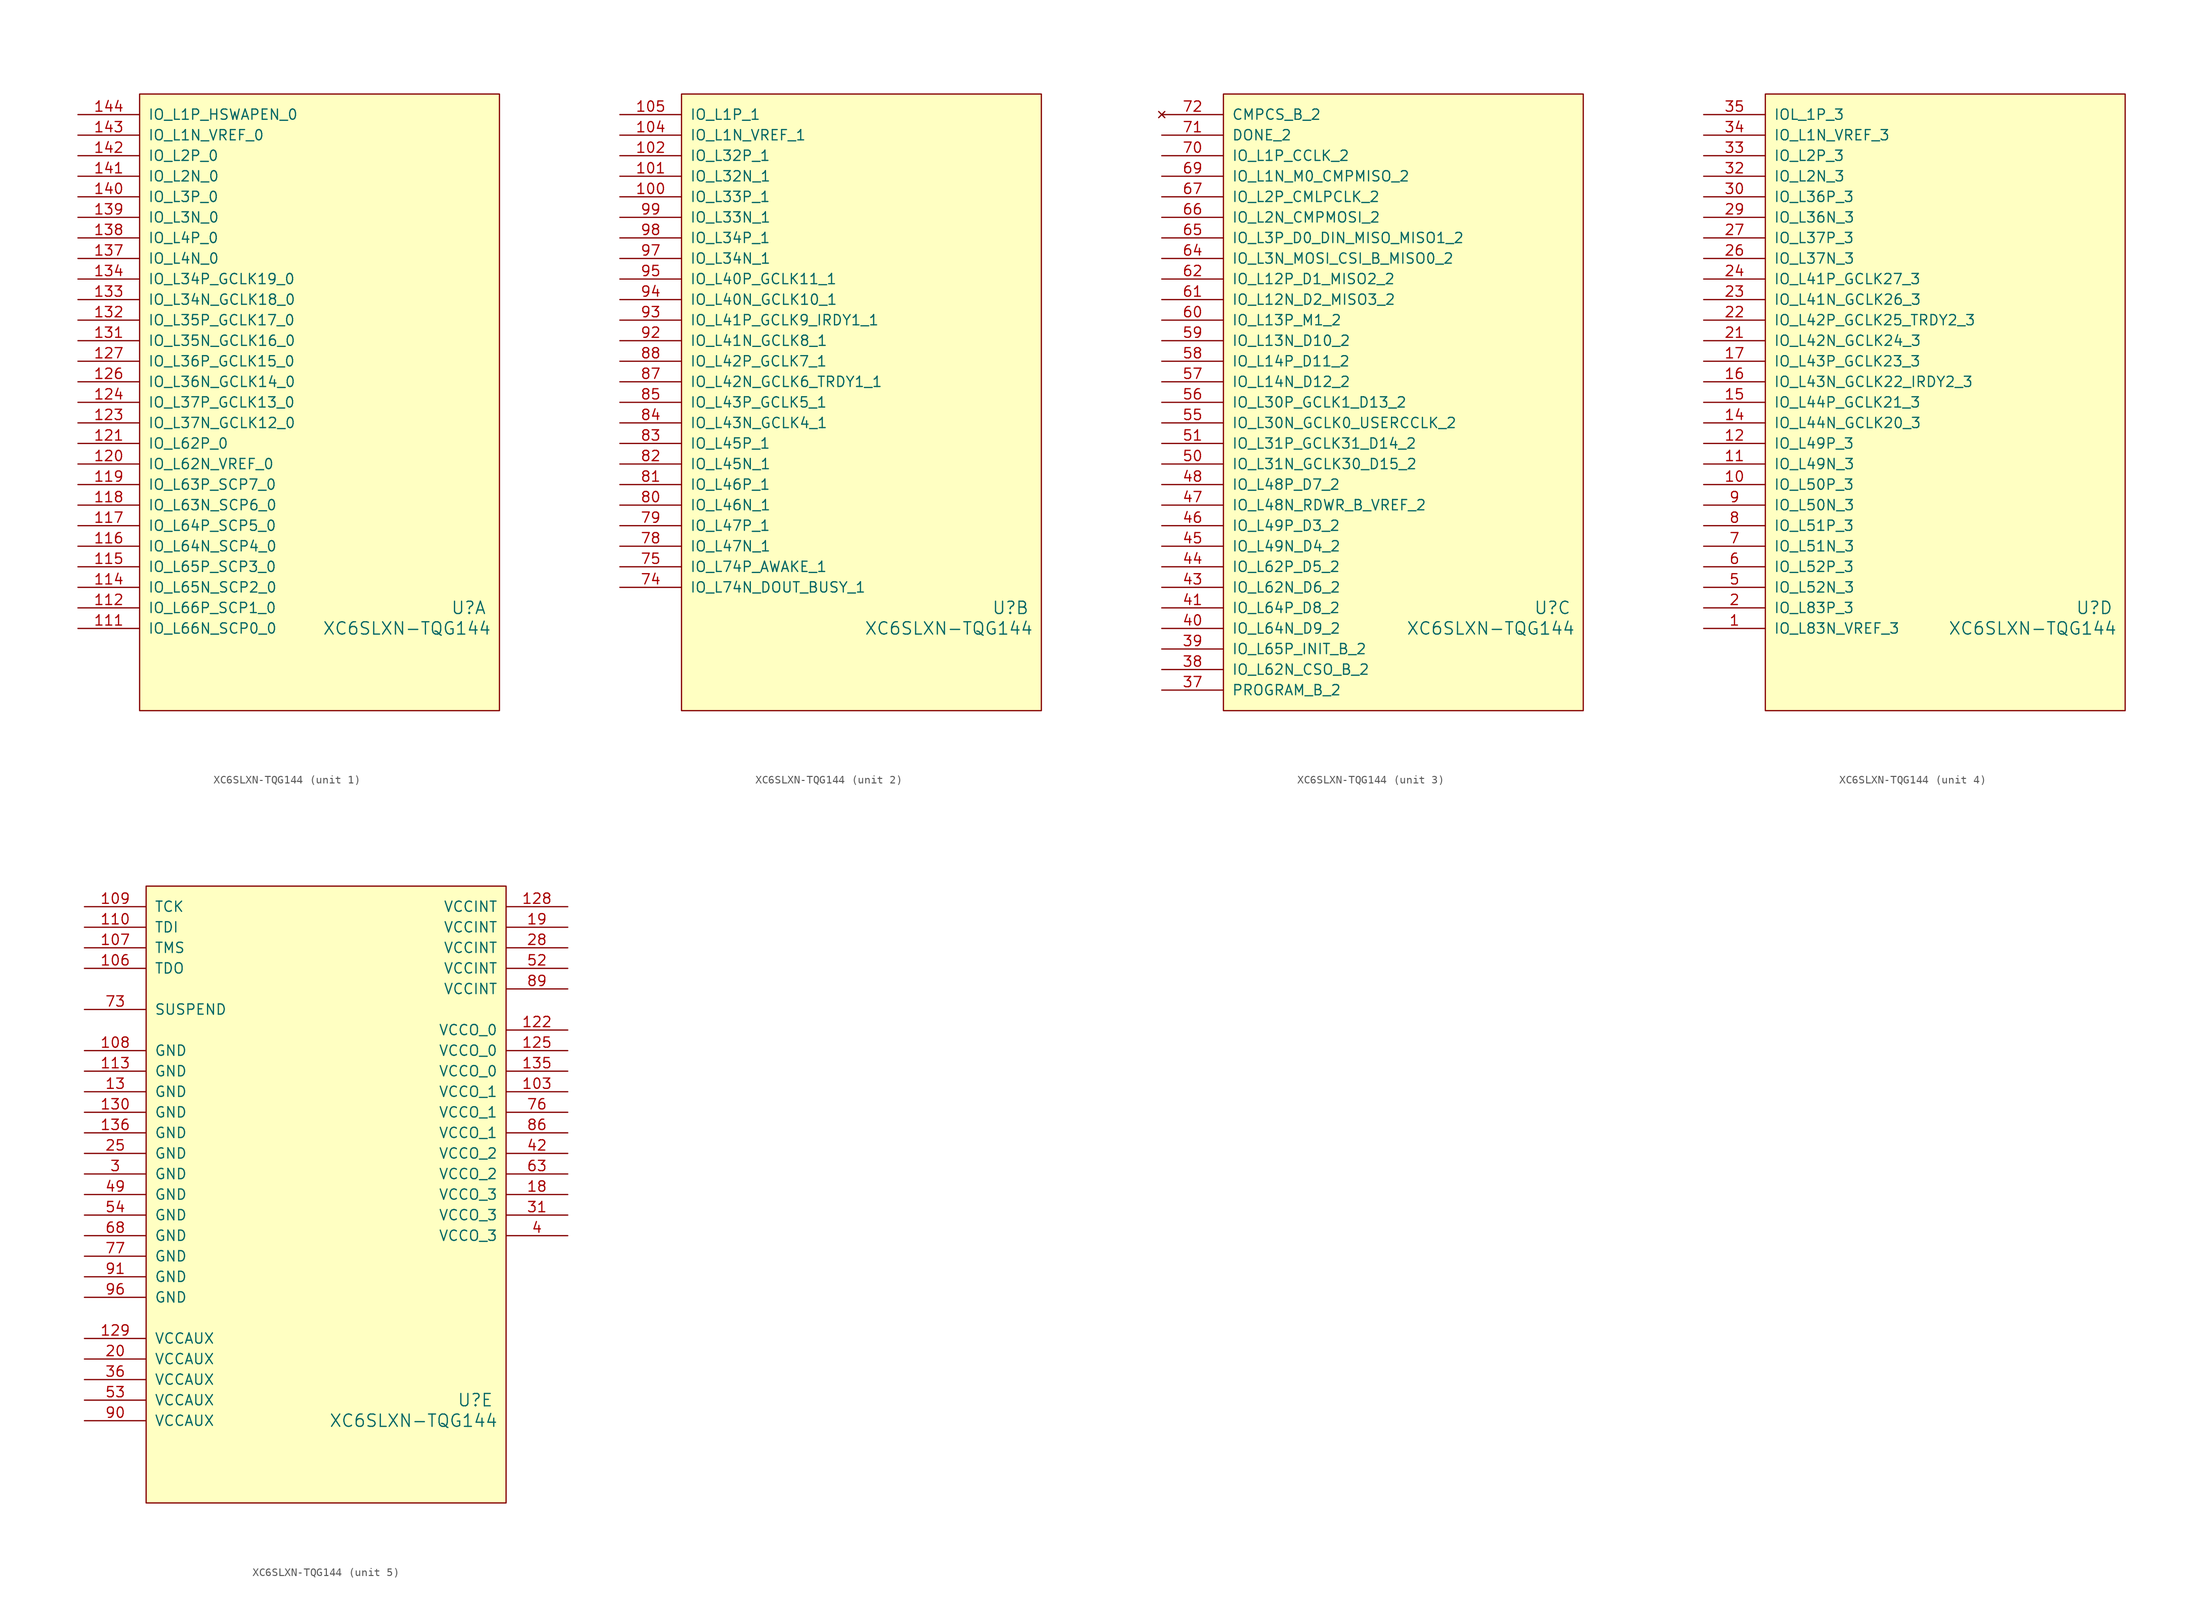
<source format=kicad_sym>
(kicad_symbol_lib
  (version 20211014)
  (generator kicad_symbol_editor)
  (symbol "XC6SLXN-TQG144"
    (pin_names
      (offset 1.016))
    (property "Reference" "U"
      (at 40.64 -22.86 0)
      (effects (font (size 1.524 1.524))))
    (property "Value" "XC6SLXN-TQG144"
      (at 33.02 -25.4 0)
      (effects (font (size 1.524 1.524))))
    (property "Footprint" ""
      (at 0 0 0)
      (effects (font (size 1.524 1.524))))
    (property "Datasheet" ""
      (at 0 0 0)
      (effects (font (size 1.524 1.524))))
    (property "ki_locked" ""
      (at 0 0 0)
      (effects (font (size 1.27 1.27))))
    (symbol "XC6SLXN-TQG144_0_1"
      (rectangle (start 0 40.64) (end 44.45 -35.56) (stroke (width 0) (type default) (color 0 0 0 0)) (fill (type background))))
    (symbol "XC6SLXN-TQG144_1_1"
      (pin bidirectional line (at -7.62 -25.4 0) (length 7.62) (name "IO_L66N_SCP0_0" (effects (font (size 1.27 1.27)))) (number "111" (effects (font (size 1.27 1.27)))))
      (pin bidirectional line (at -7.62 -22.86 0) (length 7.62) (name "IO_L66P_SCP1_0" (effects (font (size 1.27 1.27)))) (number "112" (effects (font (size 1.27 1.27)))))
      (pin bidirectional line (at -7.62 -20.32 0) (length 7.62) (name "IO_L65N_SCP2_0" (effects (font (size 1.27 1.27)))) (number "114" (effects (font (size 1.27 1.27)))))
      (pin bidirectional line (at -7.62 -17.78 0) (length 7.62) (name "IO_L65P_SCP3_0" (effects (font (size 1.27 1.27)))) (number "115" (effects (font (size 1.27 1.27)))))
      (pin bidirectional line (at -7.62 -15.24 0) (length 7.62) (name "IO_L64N_SCP4_0" (effects (font (size 1.27 1.27)))) (number "116" (effects (font (size 1.27 1.27)))))
      (pin bidirectional line (at -7.62 -12.7 0) (length 7.62) (name "IO_L64P_SCP5_0" (effects (font (size 1.27 1.27)))) (number "117" (effects (font (size 1.27 1.27)))))
      (pin bidirectional line (at -7.62 -10.16 0) (length 7.62) (name "IO_L63N_SCP6_0" (effects (font (size 1.27 1.27)))) (number "118" (effects (font (size 1.27 1.27)))))
      (pin bidirectional line (at -7.62 -7.62 0) (length 7.62) (name "IO_L63P_SCP7_0" (effects (font (size 1.27 1.27)))) (number "119" (effects (font (size 1.27 1.27)))))
      (pin bidirectional line (at -7.62 -5.08 0) (length 7.62) (name "IO_L62N_VREF_0" (effects (font (size 1.27 1.27)))) (number "120" (effects (font (size 1.27 1.27)))))
      (pin bidirectional line (at -7.62 -2.54 0) (length 7.62) (name "IO_L62P_0" (effects (font (size 1.27 1.27)))) (number "121" (effects (font (size 1.27 1.27)))))
      (pin bidirectional line (at -7.62 0 0) (length 7.62) (name "IO_L37N_GCLK12_0" (effects (font (size 1.27 1.27)))) (number "123" (effects (font (size 1.27 1.27)))))
      (pin bidirectional line (at -7.62 2.54 0) (length 7.62) (name "IO_L37P_GCLK13_0" (effects (font (size 1.27 1.27)))) (number "124" (effects (font (size 1.27 1.27)))))
      (pin bidirectional line (at -7.62 5.08 0) (length 7.62) (name "IO_L36N_GCLK14_0" (effects (font (size 1.27 1.27)))) (number "126" (effects (font (size 1.27 1.27)))))
      (pin bidirectional line (at -7.62 7.62 0) (length 7.62) (name "IO_L36P_GCLK15_0" (effects (font (size 1.27 1.27)))) (number "127" (effects (font (size 1.27 1.27)))))
      (pin bidirectional line (at -7.62 10.16 0) (length 7.62) (name "IO_L35N_GCLK16_0" (effects (font (size 1.27 1.27)))) (number "131" (effects (font (size 1.27 1.27)))))
      (pin bidirectional line (at -7.62 12.7 0) (length 7.62) (name "IO_L35P_GCLK17_0" (effects (font (size 1.27 1.27)))) (number "132" (effects (font (size 1.27 1.27)))))
      (pin bidirectional line (at -7.62 15.24 0) (length 7.62) (name "IO_L34N_GCLK18_0" (effects (font (size 1.27 1.27)))) (number "133" (effects (font (size 1.27 1.27)))))
      (pin bidirectional line (at -7.62 17.78 0) (length 7.62) (name "IO_L34P_GCLK19_0" (effects (font (size 1.27 1.27)))) (number "134" (effects (font (size 1.27 1.27)))))
      (pin bidirectional line (at -7.62 20.32 0) (length 7.62) (name "IO_L4N_0" (effects (font (size 1.27 1.27)))) (number "137" (effects (font (size 1.27 1.27)))))
      (pin bidirectional line (at -7.62 22.86 0) (length 7.62) (name "IO_L4P_0" (effects (font (size 1.27 1.27)))) (number "138" (effects (font (size 1.27 1.27)))))
      (pin bidirectional line (at -7.62 25.4 0) (length 7.62) (name "IO_L3N_0" (effects (font (size 1.27 1.27)))) (number "139" (effects (font (size 1.27 1.27)))))
      (pin bidirectional line (at -7.62 27.94 0) (length 7.62) (name "IO_L3P_0" (effects (font (size 1.27 1.27)))) (number "140" (effects (font (size 1.27 1.27)))))
      (pin bidirectional line (at -7.62 30.48 0) (length 7.62) (name "IO_L2N_0" (effects (font (size 1.27 1.27)))) (number "141" (effects (font (size 1.27 1.27)))))
      (pin bidirectional line (at -7.62 33.02 0) (length 7.62) (name "IO_L2P_0" (effects (font (size 1.27 1.27)))) (number "142" (effects (font (size 1.27 1.27)))))
      (pin bidirectional line (at -7.62 35.56 0) (length 7.62) (name "IO_L1N_VREF_0" (effects (font (size 1.27 1.27)))) (number "143" (effects (font (size 1.27 1.27)))))
      (pin bidirectional line (at -7.62 38.1 0) (length 7.62) (name "IO_L1P_HSWAPEN_0" (effects (font (size 1.27 1.27)))) (number "144" (effects (font (size 1.27 1.27))))))
    (symbol "XC6SLXN-TQG144_2_1"
      (pin bidirectional line (at -7.62 27.94 0) (length 7.62) (name "IO_L33P_1" (effects (font (size 1.27 1.27)))) (number "100" (effects (font (size 1.27 1.27)))))
      (pin bidirectional line (at -7.62 30.48 0) (length 7.62) (name "IO_L32N_1" (effects (font (size 1.27 1.27)))) (number "101" (effects (font (size 1.27 1.27)))))
      (pin bidirectional line (at -7.62 33.02 0) (length 7.62) (name "IO_L32P_1" (effects (font (size 1.27 1.27)))) (number "102" (effects (font (size 1.27 1.27)))))
      (pin bidirectional line (at -7.62 35.56 0) (length 7.62) (name "IO_L1N_VREF_1" (effects (font (size 1.27 1.27)))) (number "104" (effects (font (size 1.27 1.27)))))
      (pin bidirectional line (at -7.62 38.1 0) (length 7.62) (name "IO_L1P_1" (effects (font (size 1.27 1.27)))) (number "105" (effects (font (size 1.27 1.27)))))
      (pin bidirectional line (at -7.62 -20.32 0) (length 7.62) (name "IO_L74N_DOUT_BUSY_1" (effects (font (size 1.27 1.27)))) (number "74" (effects (font (size 1.27 1.27)))))
      (pin bidirectional line (at -7.62 -17.78 0) (length 7.62) (name "IO_L74P_AWAKE_1" (effects (font (size 1.27 1.27)))) (number "75" (effects (font (size 1.27 1.27)))))
      (pin bidirectional line (at -7.62 -15.24 0) (length 7.62) (name "IO_L47N_1" (effects (font (size 1.27 1.27)))) (number "78" (effects (font (size 1.27 1.27)))))
      (pin bidirectional line (at -7.62 -12.7 0) (length 7.62) (name "IO_L47P_1" (effects (font (size 1.27 1.27)))) (number "79" (effects (font (size 1.27 1.27)))))
      (pin bidirectional line (at -7.62 -10.16 0) (length 7.62) (name "IO_L46N_1" (effects (font (size 1.27 1.27)))) (number "80" (effects (font (size 1.27 1.27)))))
      (pin bidirectional line (at -7.62 -7.62 0) (length 7.62) (name "IO_L46P_1" (effects (font (size 1.27 1.27)))) (number "81" (effects (font (size 1.27 1.27)))))
      (pin bidirectional line (at -7.62 -5.08 0) (length 7.62) (name "IO_L45N_1" (effects (font (size 1.27 1.27)))) (number "82" (effects (font (size 1.27 1.27)))))
      (pin bidirectional line (at -7.62 -2.54 0) (length 7.62) (name "IO_L45P_1" (effects (font (size 1.27 1.27)))) (number "83" (effects (font (size 1.27 1.27)))))
      (pin bidirectional line (at -7.62 0 0) (length 7.62) (name "IO_L43N_GCLK4_1" (effects (font (size 1.27 1.27)))) (number "84" (effects (font (size 1.27 1.27)))))
      (pin bidirectional line (at -7.62 2.54 0) (length 7.62) (name "IO_L43P_GCLK5_1" (effects (font (size 1.27 1.27)))) (number "85" (effects (font (size 1.27 1.27)))))
      (pin bidirectional line (at -7.62 5.08 0) (length 7.62) (name "IO_L42N_GCLK6_TRDY1_1" (effects (font (size 1.27 1.27)))) (number "87" (effects (font (size 1.27 1.27)))))
      (pin bidirectional line (at -7.62 7.62 0) (length 7.62) (name "IO_L42P_GCLK7_1" (effects (font (size 1.27 1.27)))) (number "88" (effects (font (size 1.27 1.27)))))
      (pin bidirectional line (at -7.62 10.16 0) (length 7.62) (name "IO_L41N_GCLK8_1" (effects (font (size 1.27 1.27)))) (number "92" (effects (font (size 1.27 1.27)))))
      (pin bidirectional line (at -7.62 12.7 0) (length 7.62) (name "IO_L41P_GCLK9_IRDY1_1" (effects (font (size 1.27 1.27)))) (number "93" (effects (font (size 1.27 1.27)))))
      (pin bidirectional line (at -7.62 15.24 0) (length 7.62) (name "IO_L40N_GCLK10_1" (effects (font (size 1.27 1.27)))) (number "94" (effects (font (size 1.27 1.27)))))
      (pin bidirectional line (at -7.62 17.78 0) (length 7.62) (name "IO_L40P_GCLK11_1" (effects (font (size 1.27 1.27)))) (number "95" (effects (font (size 1.27 1.27)))))
      (pin bidirectional line (at -7.62 20.32 0) (length 7.62) (name "IO_L34N_1" (effects (font (size 1.27 1.27)))) (number "97" (effects (font (size 1.27 1.27)))))
      (pin bidirectional line (at -7.62 22.86 0) (length 7.62) (name "IO_L34P_1" (effects (font (size 1.27 1.27)))) (number "98" (effects (font (size 1.27 1.27)))))
      (pin bidirectional line (at -7.62 25.4 0) (length 7.62) (name "IO_L33N_1" (effects (font (size 1.27 1.27)))) (number "99" (effects (font (size 1.27 1.27))))))
    (symbol "XC6SLXN-TQG144_3_1"
      (pin input line (at -7.62 -33.02 0) (length 7.62) (name "PROGRAM_B_2" (effects (font (size 1.27 1.27)))) (number "37" (effects (font (size 1.27 1.27)))))
      (pin bidirectional line (at -7.62 -30.48 0) (length 7.62) (name "IO_L62N_CSO_B_2" (effects (font (size 1.27 1.27)))) (number "38" (effects (font (size 1.27 1.27)))))
      (pin bidirectional line (at -7.62 -27.94 0) (length 7.62) (name "IO_L65P_INIT_B_2" (effects (font (size 1.27 1.27)))) (number "39" (effects (font (size 1.27 1.27)))))
      (pin bidirectional line (at -7.62 -25.4 0) (length 7.62) (name "IO_L64N_D9_2" (effects (font (size 1.27 1.27)))) (number "40" (effects (font (size 1.27 1.27)))))
      (pin bidirectional line (at -7.62 -22.86 0) (length 7.62) (name "IO_L64P_D8_2" (effects (font (size 1.27 1.27)))) (number "41" (effects (font (size 1.27 1.27)))))
      (pin bidirectional line (at -7.62 -20.32 0) (length 7.62) (name "IO_L62N_D6_2" (effects (font (size 1.27 1.27)))) (number "43" (effects (font (size 1.27 1.27)))))
      (pin bidirectional line (at -7.62 -17.78 0) (length 7.62) (name "IO_L62P_D5_2" (effects (font (size 1.27 1.27)))) (number "44" (effects (font (size 1.27 1.27)))))
      (pin bidirectional line (at -7.62 -15.24 0) (length 7.62) (name "IO_L49N_D4_2" (effects (font (size 1.27 1.27)))) (number "45" (effects (font (size 1.27 1.27)))))
      (pin bidirectional line (at -7.62 -12.7 0) (length 7.62) (name "IO_L49P_D3_2" (effects (font (size 1.27 1.27)))) (number "46" (effects (font (size 1.27 1.27)))))
      (pin bidirectional line (at -7.62 -10.16 0) (length 7.62) (name "IO_L48N_RDWR_B_VREF_2" (effects (font (size 1.27 1.27)))) (number "47" (effects (font (size 1.27 1.27)))))
      (pin bidirectional line (at -7.62 -7.62 0) (length 7.62) (name "IO_L48P_D7_2" (effects (font (size 1.27 1.27)))) (number "48" (effects (font (size 1.27 1.27)))))
      (pin bidirectional line (at -7.62 -5.08 0) (length 7.62) (name "IO_L31N_GCLK30_D15_2" (effects (font (size 1.27 1.27)))) (number "50" (effects (font (size 1.27 1.27)))))
      (pin bidirectional line (at -7.62 -2.54 0) (length 7.62) (name "IO_L31P_GCLK31_D14_2" (effects (font (size 1.27 1.27)))) (number "51" (effects (font (size 1.27 1.27)))))
      (pin bidirectional line (at -7.62 0 0) (length 7.62) (name "IO_L30N_GCLK0_USERCCLK_2" (effects (font (size 1.27 1.27)))) (number "55" (effects (font (size 1.27 1.27)))))
      (pin bidirectional line (at -7.62 2.54 0) (length 7.62) (name "IO_L30P_GCLK1_D13_2" (effects (font (size 1.27 1.27)))) (number "56" (effects (font (size 1.27 1.27)))))
      (pin bidirectional line (at -7.62 5.08 0) (length 7.62) (name "IO_L14N_D12_2" (effects (font (size 1.27 1.27)))) (number "57" (effects (font (size 1.27 1.27)))))
      (pin bidirectional line (at -7.62 7.62 0) (length 7.62) (name "IO_L14P_D11_2" (effects (font (size 1.27 1.27)))) (number "58" (effects (font (size 1.27 1.27)))))
      (pin bidirectional line (at -7.62 10.16 0) (length 7.62) (name "IO_L13N_D10_2" (effects (font (size 1.27 1.27)))) (number "59" (effects (font (size 1.27 1.27)))))
      (pin bidirectional line (at -7.62 12.7 0) (length 7.62) (name "IO_L13P_M1_2" (effects (font (size 1.27 1.27)))) (number "60" (effects (font (size 1.27 1.27)))))
      (pin bidirectional line (at -7.62 15.24 0) (length 7.62) (name "IO_L12N_D2_MISO3_2" (effects (font (size 1.27 1.27)))) (number "61" (effects (font (size 1.27 1.27)))))
      (pin bidirectional line (at -7.62 17.78 0) (length 7.62) (name "IO_L12P_D1_MISO2_2" (effects (font (size 1.27 1.27)))) (number "62" (effects (font (size 1.27 1.27)))))
      (pin bidirectional line (at -7.62 20.32 0) (length 7.62) (name "IO_L3N_MOSI_CSI_B_MISO0_2" (effects (font (size 1.27 1.27)))) (number "64" (effects (font (size 1.27 1.27)))))
      (pin bidirectional line (at -7.62 22.86 0) (length 7.62) (name "IO_L3P_D0_DIN_MISO_MISO1_2" (effects (font (size 1.27 1.27)))) (number "65" (effects (font (size 1.27 1.27)))))
      (pin bidirectional line (at -7.62 25.4 0) (length 7.62) (name "IO_L2N_CMPMOSI_2" (effects (font (size 1.27 1.27)))) (number "66" (effects (font (size 1.27 1.27)))))
      (pin bidirectional line (at -7.62 27.94 0) (length 7.62) (name "IO_L2P_CMLPCLK_2" (effects (font (size 1.27 1.27)))) (number "67" (effects (font (size 1.27 1.27)))))
      (pin bidirectional line (at -7.62 30.48 0) (length 7.62) (name "IO_L1N_M0_CMPMISO_2" (effects (font (size 1.27 1.27)))) (number "69" (effects (font (size 1.27 1.27)))))
      (pin bidirectional line (at -7.62 33.02 0) (length 7.62) (name "IO_L1P_CCLK_2" (effects (font (size 1.27 1.27)))) (number "70" (effects (font (size 1.27 1.27)))))
      (pin output line (at -7.62 35.56 0) (length 7.62) (name "DONE_2" (effects (font (size 1.27 1.27)))) (number "71" (effects (font (size 1.27 1.27)))))
      (pin no_connect line (at -7.62 38.1 0) (length 7.62) (name "CMPCS_B_2" (effects (font (size 1.27 1.27)))) (number "72" (effects (font (size 1.27 1.27))))))
    (symbol "XC6SLXN-TQG144_4_1"
      (pin bidirectional line (at -7.62 -25.4 0) (length 7.62) (name "IO_L83N_VREF_3" (effects (font (size 1.27 1.27)))) (number "1" (effects (font (size 1.27 1.27)))))
      (pin bidirectional line (at -7.62 -7.62 0) (length 7.62) (name "IO_L50P_3" (effects (font (size 1.27 1.27)))) (number "10" (effects (font (size 1.27 1.27)))))
      (pin bidirectional line (at -7.62 -5.08 0) (length 7.62) (name "IO_L49N_3" (effects (font (size 1.27 1.27)))) (number "11" (effects (font (size 1.27 1.27)))))
      (pin bidirectional line (at -7.62 -2.54 0) (length 7.62) (name "IO_L49P_3" (effects (font (size 1.27 1.27)))) (number "12" (effects (font (size 1.27 1.27)))))
      (pin bidirectional line (at -7.62 0 0) (length 7.62) (name "IO_L44N_GCLK20_3" (effects (font (size 1.27 1.27)))) (number "14" (effects (font (size 1.27 1.27)))))
      (pin bidirectional line (at -7.62 2.54 0) (length 7.62) (name "IO_L44P_GCLK21_3" (effects (font (size 1.27 1.27)))) (number "15" (effects (font (size 1.27 1.27)))))
      (pin bidirectional line (at -7.62 5.08 0) (length 7.62) (name "IO_L43N_GCLK22_IRDY2_3" (effects (font (size 1.27 1.27)))) (number "16" (effects (font (size 1.27 1.27)))))
      (pin bidirectional line (at -7.62 7.62 0) (length 7.62) (name "IO_L43P_GCLK23_3" (effects (font (size 1.27 1.27)))) (number "17" (effects (font (size 1.27 1.27)))))
      (pin bidirectional line (at -7.62 -22.86 0) (length 7.62) (name "IO_L83P_3" (effects (font (size 1.27 1.27)))) (number "2" (effects (font (size 1.27 1.27)))))
      (pin bidirectional line (at -7.62 10.16 0) (length 7.62) (name "IO_L42N_GCLK24_3" (effects (font (size 1.27 1.27)))) (number "21" (effects (font (size 1.27 1.27)))))
      (pin bidirectional line (at -7.62 12.7 0) (length 7.62) (name "IO_L42P_GCLK25_TRDY2_3" (effects (font (size 1.27 1.27)))) (number "22" (effects (font (size 1.27 1.27)))))
      (pin bidirectional line (at -7.62 15.24 0) (length 7.62) (name "IO_L41N_GCLK26_3" (effects (font (size 1.27 1.27)))) (number "23" (effects (font (size 1.27 1.27)))))
      (pin bidirectional line (at -7.62 17.78 0) (length 7.62) (name "IO_L41P_GCLK27_3" (effects (font (size 1.27 1.27)))) (number "24" (effects (font (size 1.27 1.27)))))
      (pin bidirectional line (at -7.62 20.32 0) (length 7.62) (name "IO_L37N_3" (effects (font (size 1.27 1.27)))) (number "26" (effects (font (size 1.27 1.27)))))
      (pin bidirectional line (at -7.62 22.86 0) (length 7.62) (name "IO_L37P_3" (effects (font (size 1.27 1.27)))) (number "27" (effects (font (size 1.27 1.27)))))
      (pin bidirectional line (at -7.62 25.4 0) (length 7.62) (name "IO_L36N_3" (effects (font (size 1.27 1.27)))) (number "29" (effects (font (size 1.27 1.27)))))
      (pin bidirectional line (at -7.62 27.94 0) (length 7.62) (name "IO_L36P_3" (effects (font (size 1.27 1.27)))) (number "30" (effects (font (size 1.27 1.27)))))
      (pin bidirectional line (at -7.62 30.48 0) (length 7.62) (name "IO_L2N_3" (effects (font (size 1.27 1.27)))) (number "32" (effects (font (size 1.27 1.27)))))
      (pin bidirectional line (at -7.62 33.02 0) (length 7.62) (name "IO_L2P_3" (effects (font (size 1.27 1.27)))) (number "33" (effects (font (size 1.27 1.27)))))
      (pin bidirectional line (at -7.62 35.56 0) (length 7.62) (name "IO_L1N_VREF_3" (effects (font (size 1.27 1.27)))) (number "34" (effects (font (size 1.27 1.27)))))
      (pin bidirectional line (at -7.62 38.1 0) (length 7.62) (name "IOL_1P_3" (effects (font (size 1.27 1.27)))) (number "35" (effects (font (size 1.27 1.27)))))
      (pin bidirectional line (at -7.62 -20.32 0) (length 7.62) (name "IO_L52N_3" (effects (font (size 1.27 1.27)))) (number "5" (effects (font (size 1.27 1.27)))))
      (pin bidirectional line (at -7.62 -17.78 0) (length 7.62) (name "IO_L52P_3" (effects (font (size 1.27 1.27)))) (number "6" (effects (font (size 1.27 1.27)))))
      (pin bidirectional line (at -7.62 -15.24 0) (length 7.62) (name "IO_L51N_3" (effects (font (size 1.27 1.27)))) (number "7" (effects (font (size 1.27 1.27)))))
      (pin bidirectional line (at -7.62 -12.7 0) (length 7.62) (name "IO_L51P_3" (effects (font (size 1.27 1.27)))) (number "8" (effects (font (size 1.27 1.27)))))
      (pin bidirectional line (at -7.62 -10.16 0) (length 7.62) (name "IO_L50N_3" (effects (font (size 1.27 1.27)))) (number "9" (effects (font (size 1.27 1.27))))))
    (symbol "XC6SLXN-TQG144_5_1"
      (pin power_in line (at 52.07 15.24 180) (length 7.62) (name "VCCO_1" (effects (font (size 1.27 1.27)))) (number "103" (effects (font (size 1.27 1.27)))))
      (pin output line (at -7.62 30.48 0) (length 7.62) (name "TDO" (effects (font (size 1.27 1.27)))) (number "106" (effects (font (size 1.27 1.27)))))
      (pin input line (at -7.62 33.02 0) (length 7.62) (name "TMS" (effects (font (size 1.27 1.27)))) (number "107" (effects (font (size 1.27 1.27)))))
      (pin power_in line (at -7.62 20.32 0) (length 7.62) (name "GND" (effects (font (size 1.27 1.27)))) (number "108" (effects (font (size 1.27 1.27)))))
      (pin input line (at -7.62 38.1 0) (length 7.62) (name "TCK" (effects (font (size 1.27 1.27)))) (number "109" (effects (font (size 1.27 1.27)))))
      (pin input line (at -7.62 35.56 0) (length 7.62) (name "TDI" (effects (font (size 1.27 1.27)))) (number "110" (effects (font (size 1.27 1.27)))))
      (pin power_in line (at -7.62 17.78 0) (length 7.62) (name "GND" (effects (font (size 1.27 1.27)))) (number "113" (effects (font (size 1.27 1.27)))))
      (pin power_in line (at 52.07 22.86 180) (length 7.62) (name "VCCO_0" (effects (font (size 1.27 1.27)))) (number "122" (effects (font (size 1.27 1.27)))))
      (pin power_in line (at 52.07 20.32 180) (length 7.62) (name "VCCO_0" (effects (font (size 1.27 1.27)))) (number "125" (effects (font (size 1.27 1.27)))))
      (pin power_in line (at 52.07 38.1 180) (length 7.62) (name "VCCINT" (effects (font (size 1.27 1.27)))) (number "128" (effects (font (size 1.27 1.27)))))
      (pin power_in line (at -7.62 -15.24 0) (length 7.62) (name "VCCAUX" (effects (font (size 1.27 1.27)))) (number "129" (effects (font (size 1.27 1.27)))))
      (pin power_in line (at -7.62 15.24 0) (length 7.62) (name "GND" (effects (font (size 1.27 1.27)))) (number "13" (effects (font (size 1.27 1.27)))))
      (pin power_in line (at -7.62 12.7 0) (length 7.62) (name "GND" (effects (font (size 1.27 1.27)))) (number "130" (effects (font (size 1.27 1.27)))))
      (pin power_in line (at 52.07 17.78 180) (length 7.62) (name "VCCO_0" (effects (font (size 1.27 1.27)))) (number "135" (effects (font (size 1.27 1.27)))))
      (pin power_in line (at -7.62 10.16 0) (length 7.62) (name "GND" (effects (font (size 1.27 1.27)))) (number "136" (effects (font (size 1.27 1.27)))))
      (pin power_in line (at 52.07 2.54 180) (length 7.62) (name "VCCO_3" (effects (font (size 1.27 1.27)))) (number "18" (effects (font (size 1.27 1.27)))))
      (pin power_in line (at 52.07 35.56 180) (length 7.62) (name "VCCINT" (effects (font (size 1.27 1.27)))) (number "19" (effects (font (size 1.27 1.27)))))
      (pin power_in line (at -7.62 -17.78 0) (length 7.62) (name "VCCAUX" (effects (font (size 1.27 1.27)))) (number "20" (effects (font (size 1.27 1.27)))))
      (pin power_in line (at -7.62 7.62 0) (length 7.62) (name "GND" (effects (font (size 1.27 1.27)))) (number "25" (effects (font (size 1.27 1.27)))))
      (pin power_in line (at 52.07 33.02 180) (length 7.62) (name "VCCINT" (effects (font (size 1.27 1.27)))) (number "28" (effects (font (size 1.27 1.27)))))
      (pin power_in line (at -7.62 5.08 0) (length 7.62) (name "GND" (effects (font (size 1.27 1.27)))) (number "3" (effects (font (size 1.27 1.27)))))
      (pin power_in line (at 52.07 0 180) (length 7.62) (name "VCCO_3" (effects (font (size 1.27 1.27)))) (number "31" (effects (font (size 1.27 1.27)))))
      (pin power_in line (at -7.62 -20.32 0) (length 7.62) (name "VCCAUX" (effects (font (size 1.27 1.27)))) (number "36" (effects (font (size 1.27 1.27)))))
      (pin power_in line (at 52.07 -2.54 180) (length 7.62) (name "VCCO_3" (effects (font (size 1.27 1.27)))) (number "4" (effects (font (size 1.27 1.27)))))
      (pin power_in line (at 52.07 7.62 180) (length 7.62) (name "VCCO_2" (effects (font (size 1.27 1.27)))) (number "42" (effects (font (size 1.27 1.27)))))
      (pin power_in line (at -7.62 2.54 0) (length 7.62) (name "GND" (effects (font (size 1.27 1.27)))) (number "49" (effects (font (size 1.27 1.27)))))
      (pin power_in line (at 52.07 30.48 180) (length 7.62) (name "VCCINT" (effects (font (size 1.27 1.27)))) (number "52" (effects (font (size 1.27 1.27)))))
      (pin power_in line (at -7.62 -22.86 0) (length 7.62) (name "VCCAUX" (effects (font (size 1.27 1.27)))) (number "53" (effects (font (size 1.27 1.27)))))
      (pin power_in line (at -7.62 0 0) (length 7.62) (name "GND" (effects (font (size 1.27 1.27)))) (number "54" (effects (font (size 1.27 1.27)))))
      (pin power_in line (at 52.07 5.08 180) (length 7.62) (name "VCCO_2" (effects (font (size 1.27 1.27)))) (number "63" (effects (font (size 1.27 1.27)))))
      (pin power_in line (at -7.62 -2.54 0) (length 7.62) (name "GND" (effects (font (size 1.27 1.27)))) (number "68" (effects (font (size 1.27 1.27)))))
      (pin input line (at -7.62 25.4 0) (length 7.62) (name "SUSPEND" (effects (font (size 1.27 1.27)))) (number "73" (effects (font (size 1.27 1.27)))))
      (pin power_in line (at 52.07 12.7 180) (length 7.62) (name "VCCO_1" (effects (font (size 1.27 1.27)))) (number "76" (effects (font (size 1.27 1.27)))))
      (pin power_in line (at -7.62 -5.08 0) (length 7.62) (name "GND" (effects (font (size 1.27 1.27)))) (number "77" (effects (font (size 1.27 1.27)))))
      (pin power_in line (at 52.07 10.16 180) (length 7.62) (name "VCCO_1" (effects (font (size 1.27 1.27)))) (number "86" (effects (font (size 1.27 1.27)))))
      (pin power_in line (at 52.07 27.94 180) (length 7.62) (name "VCCINT" (effects (font (size 1.27 1.27)))) (number "89" (effects (font (size 1.27 1.27)))))
      (pin power_in line (at -7.62 -25.4 0) (length 7.62) (name "VCCAUX" (effects (font (size 1.27 1.27)))) (number "90" (effects (font (size 1.27 1.27)))))
      (pin power_in line (at -7.62 -7.62 0) (length 7.62) (name "GND" (effects (font (size 1.27 1.27)))) (number "91" (effects (font (size 1.27 1.27)))))
      (pin power_in line (at -7.62 -10.16 0) (length 7.62) (name "GND" (effects (font (size 1.27 1.27)))) (number "96" (effects (font (size 1.27 1.27))))))))
</source>
